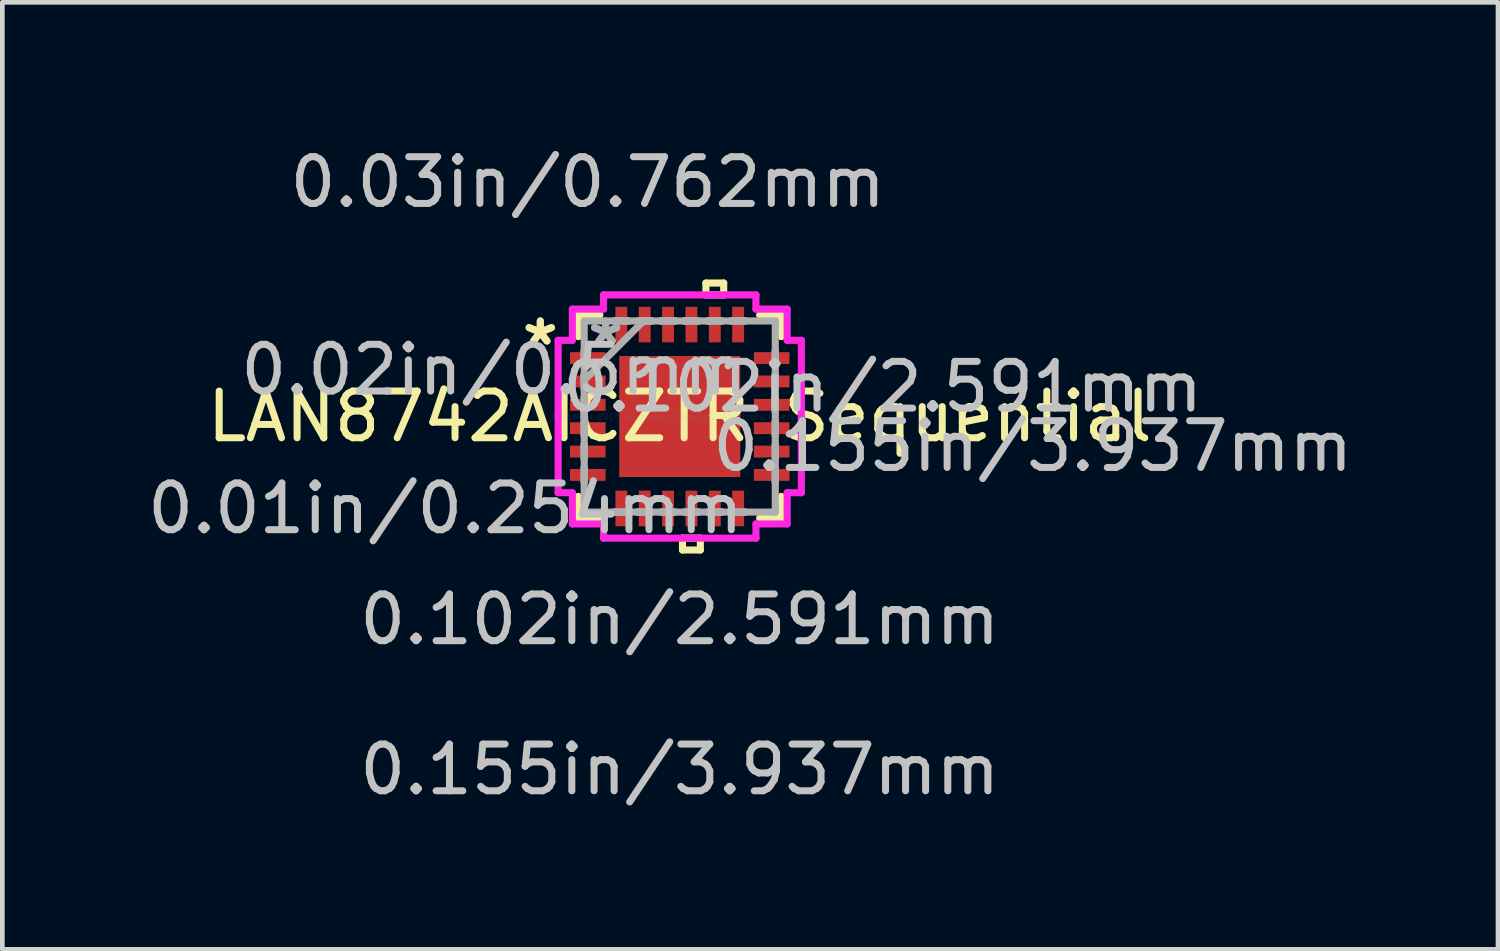
<source format=kicad_pcb>
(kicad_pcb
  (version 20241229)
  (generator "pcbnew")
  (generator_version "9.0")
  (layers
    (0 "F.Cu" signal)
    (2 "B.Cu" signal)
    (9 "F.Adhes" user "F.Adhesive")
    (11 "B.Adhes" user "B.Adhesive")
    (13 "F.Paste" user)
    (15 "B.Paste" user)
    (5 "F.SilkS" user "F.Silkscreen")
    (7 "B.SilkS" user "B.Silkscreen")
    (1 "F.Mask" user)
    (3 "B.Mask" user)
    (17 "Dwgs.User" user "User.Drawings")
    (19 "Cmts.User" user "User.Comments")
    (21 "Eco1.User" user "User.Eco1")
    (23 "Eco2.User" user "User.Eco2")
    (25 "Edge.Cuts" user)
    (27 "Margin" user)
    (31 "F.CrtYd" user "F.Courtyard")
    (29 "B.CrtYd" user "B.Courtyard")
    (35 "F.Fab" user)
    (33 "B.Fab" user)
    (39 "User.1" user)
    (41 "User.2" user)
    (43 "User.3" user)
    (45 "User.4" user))
  (footprint "LAN8742AICZTR Sequential"
    (layer "F.Cu")
    (at 11.499 5.865)
    (property "Reference" "LAN8742AICZTR Sequential" (at 0 0 0) (layer "F.SilkS") (effects (font (size 1 1) (thickness 0.15))))
    (attr through_hole)
    (fp_line (start -2.172 -2.172) (end -2.172 -1.71) (stroke (width 0.152) (type solid)) (layer "F.SilkS"))
    (fp_line (start -2.172 1.71) (end -2.172 2.172) (stroke (width 0.152) (type solid)) (layer "F.SilkS"))
    (fp_line (start -2.172 2.172) (end -1.71 2.172) (stroke (width 0.152) (type solid)) (layer "F.SilkS"))
    (fp_line (start -1.71 -2.172) (end -2.172 -2.172) (stroke (width 0.152) (type solid)) (layer "F.SilkS"))
    (fp_line (start 0.059 2.603) (end 0.059 2.857) (stroke (width 0.152) (type solid)) (layer "F.SilkS"))
    (fp_line (start 0.059 2.857) (end 0.441 2.857) (stroke (width 0.152) (type solid)) (layer "F.SilkS"))
    (fp_line (start 0.441 2.603) (end 0.059 2.603) (stroke (width 0.152) (type solid)) (layer "F.SilkS"))
    (fp_line (start 0.441 2.857) (end 0.441 2.603) (stroke (width 0.152) (type solid)) (layer "F.SilkS"))
    (fp_line (start 0.56 -2.857) (end 0.941 -2.857) (stroke (width 0.152) (type solid)) (layer "F.SilkS"))
    (fp_line (start 0.56 -2.603) (end 0.56 -2.857) (stroke (width 0.152) (type solid)) (layer "F.SilkS"))
    (fp_line (start 0.941 -2.857) (end 0.941 -2.603) (stroke (width 0.152) (type solid)) (layer "F.SilkS"))
    (fp_line (start 0.941 -2.603) (end 0.56 -2.603) (stroke (width 0.152) (type solid)) (layer "F.SilkS"))
    (fp_line (start 1.71 2.172) (end 2.172 2.172) (stroke (width 0.152) (type solid)) (layer "F.SilkS"))
    (fp_line (start 2.172 -2.172) (end 1.71 -2.172) (stroke (width 0.152) (type solid)) (layer "F.SilkS"))
    (fp_line (start 2.172 -1.71) (end 2.172 -2.172) (stroke (width 0.152) (type solid)) (layer "F.SilkS"))
    (fp_line (start 2.172 2.172) (end 2.172 1.71) (stroke (width 0.152) (type solid)) (layer "F.SilkS"))
    (fp_line (start -1.195 -1.195) (end -1.195 -0.1) (stroke (width 0.152) (type solid)) (layer "F.Paste"))
    (fp_line (start -1.195 -0.1) (end -0.1 -0.1) (stroke (width 0.152) (type solid)) (layer "F.Paste"))
    (fp_line (start -1.195 0.1) (end -1.195 1.195) (stroke (width 0.152) (type solid)) (layer "F.Paste"))
    (fp_line (start -1.195 1.195) (end -0.1 1.195) (stroke (width 0.152) (type solid)) (layer "F.Paste"))
    (fp_line (start -0.1 -1.195) (end -1.195 -1.195) (stroke (width 0.152) (type solid)) (layer "F.Paste"))
    (fp_line (start -0.1 -0.1) (end -0.1 -1.195) (stroke (width 0.152) (type solid)) (layer "F.Paste"))
    (fp_line (start -0.1 0.1) (end -1.195 0.1) (stroke (width 0.152) (type solid)) (layer "F.Paste"))
    (fp_line (start -0.1 1.195) (end -0.1 0.1) (stroke (width 0.152) (type solid)) (layer "F.Paste"))
    (fp_line (start 0.1 -1.195) (end 0.1 -0.1) (stroke (width 0.152) (type solid)) (layer "F.Paste"))
    (fp_line (start 0.1 -0.1) (end 1.195 -0.1) (stroke (width 0.152) (type solid)) (layer "F.Paste"))
    (fp_line (start 0.1 0.1) (end 0.1 1.195) (stroke (width 0.152) (type solid)) (layer "F.Paste"))
    (fp_line (start 0.1 1.195) (end 1.195 1.195) (stroke (width 0.152) (type solid)) (layer "F.Paste"))
    (fp_line (start 1.195 -1.195) (end 0.1 -1.195) (stroke (width 0.152) (type solid)) (layer "F.Paste"))
    (fp_line (start 1.195 -0.1) (end 1.195 -1.195) (stroke (width 0.152) (type solid)) (layer "F.Paste"))
    (fp_line (start 1.195 0.1) (end 0.1 0.1) (stroke (width 0.152) (type solid)) (layer "F.Paste"))
    (fp_line (start 1.195 1.195) (end 1.195 0.1) (stroke (width 0.152) (type solid)) (layer "F.Paste"))
    (fp_line (start -2.603 -1.631) (end -2.299 -1.631) (stroke (width 0.152) (type solid)) (layer "F.CrtYd"))
    (fp_line (start -2.603 1.631) (end -2.603 -1.631) (stroke (width 0.152) (type solid)) (layer "F.CrtYd"))
    (fp_line (start -2.299 -2.299) (end -1.631 -2.299) (stroke (width 0.152) (type solid)) (layer "F.CrtYd"))
    (fp_line (start -2.299 -1.631) (end -2.299 -2.299) (stroke (width 0.152) (type solid)) (layer "F.CrtYd"))
    (fp_line (start -2.299 1.631) (end -2.603 1.631) (stroke (width 0.152) (type solid)) (layer "F.CrtYd"))
    (fp_line (start -2.299 2.299) (end -2.299 1.631) (stroke (width 0.152) (type solid)) (layer "F.CrtYd"))
    (fp_line (start -1.631 -2.603) (end 1.631 -2.603) (stroke (width 0.152) (type solid)) (layer "F.CrtYd"))
    (fp_line (start -1.631 -2.299) (end -1.631 -2.603) (stroke (width 0.152) (type solid)) (layer "F.CrtYd"))
    (fp_line (start -1.631 2.299) (end -2.299 2.299) (stroke (width 0.152) (type solid)) (layer "F.CrtYd"))
    (fp_line (start -1.631 2.603) (end -1.631 2.299) (stroke (width 0.152) (type solid)) (layer "F.CrtYd"))
    (fp_line (start 1.631 -2.603) (end 1.631 -2.299) (stroke (width 0.152) (type solid)) (layer "F.CrtYd"))
    (fp_line (start 1.631 -2.299) (end 2.299 -2.299) (stroke (width 0.152) (type solid)) (layer "F.CrtYd"))
    (fp_line (start 1.631 2.299) (end 1.631 2.603) (stroke (width 0.152) (type solid)) (layer "F.CrtYd"))
    (fp_line (start 1.631 2.603) (end -1.631 2.603) (stroke (width 0.152) (type solid)) (layer "F.CrtYd"))
    (fp_line (start 2.299 -2.299) (end 2.299 -1.631) (stroke (width 0.152) (type solid)) (layer "F.CrtYd"))
    (fp_line (start 2.299 -1.631) (end 2.603 -1.631) (stroke (width 0.152) (type solid)) (layer "F.CrtYd"))
    (fp_line (start 2.299 1.631) (end 2.299 2.299) (stroke (width 0.152) (type solid)) (layer "F.CrtYd"))
    (fp_line (start 2.299 2.299) (end 1.631 2.299) (stroke (width 0.152) (type solid)) (layer "F.CrtYd"))
    (fp_line (start 2.603 -1.631) (end 2.603 1.631) (stroke (width 0.152) (type solid)) (layer "F.CrtYd"))
    (fp_line (start 2.603 1.631) (end 2.299 1.631) (stroke (width 0.152) (type solid)) (layer "F.CrtYd"))
    (fp_line (start -2.045 -2.045) (end -2.045 -2.045) (stroke (width 0.152) (type solid)) (layer "F.Fab"))
    (fp_line (start -2.045 -2.045) (end -2.045 2.045) (stroke (width 0.152) (type solid)) (layer "F.Fab"))
    (fp_line (start -2.045 -1.402) (end -2.045 -1.402) (stroke (width 0.152) (type solid)) (layer "F.Fab"))
    (fp_line (start -2.045 -1.402) (end -2.045 -1.098) (stroke (width 0.152) (type solid)) (layer "F.Fab"))
    (fp_line (start -2.045 -1.098) (end -2.045 -1.402) (stroke (width 0.152) (type solid)) (layer "F.Fab"))
    (fp_line (start -2.045 -1.098) (end -2.045 -1.098) (stroke (width 0.152) (type solid)) (layer "F.Fab"))
    (fp_line (start -2.045 -0.902) (end -2.045 -0.902) (stroke (width 0.152) (type solid)) (layer "F.Fab"))
    (fp_line (start -2.045 -0.902) (end -2.045 -0.598) (stroke (width 0.152) (type solid)) (layer "F.Fab"))
    (fp_line (start -2.045 -0.775) (end -0.775 -2.045) (stroke (width 0.152) (type solid)) (layer "F.Fab"))
    (fp_line (start -2.045 -0.598) (end -2.045 -0.902) (stroke (width 0.152) (type solid)) (layer "F.Fab"))
    (fp_line (start -2.045 -0.598) (end -2.045 -0.598) (stroke (width 0.152) (type solid)) (layer "F.Fab"))
    (fp_line (start -2.045 -0.402) (end -2.045 -0.402) (stroke (width 0.152) (type solid)) (layer "F.Fab"))
    (fp_line (start -2.045 -0.402) (end -2.045 -0.098) (stroke (width 0.152) (type solid)) (layer "F.Fab"))
    (fp_line (start -2.045 -0.098) (end -2.045 -0.402) (stroke (width 0.152) (type solid)) (layer "F.Fab"))
    (fp_line (start -2.045 -0.098) (end -2.045 -0.098) (stroke (width 0.152) (type solid)) (layer "F.Fab"))
    (fp_line (start -2.045 0.098) (end -2.045 0.098) (stroke (width 0.152) (type solid)) (layer "F.Fab"))
    (fp_line (start -2.045 0.098) (end -2.045 0.402) (stroke (width 0.152) (type solid)) (layer "F.Fab"))
    (fp_line (start -2.045 0.402) (end -2.045 0.098) (stroke (width 0.152) (type solid)) (layer "F.Fab"))
    (fp_line (start -2.045 0.402) (end -2.045 0.402) (stroke (width 0.152) (type solid)) (layer "F.Fab"))
    (fp_line (start -2.045 0.598) (end -2.045 0.598) (stroke (width 0.152) (type solid)) (layer "F.Fab"))
    (fp_line (start -2.045 0.598) (end -2.045 0.902) (stroke (width 0.152) (type solid)) (layer "F.Fab"))
    (fp_line (start -2.045 0.902) (end -2.045 0.598) (stroke (width 0.152) (type solid)) (layer "F.Fab"))
    (fp_line (start -2.045 0.902) (end -2.045 0.902) (stroke (width 0.152) (type solid)) (layer "F.Fab"))
    (fp_line (start -2.045 1.098) (end -2.045 1.098) (stroke (width 0.152) (type solid)) (layer "F.Fab"))
    (fp_line (start -2.045 1.098) (end -2.045 1.402) (stroke (width 0.152) (type solid)) (layer "F.Fab"))
    (fp_line (start -2.045 1.402) (end -2.045 1.098) (stroke (width 0.152) (type solid)) (layer "F.Fab"))
    (fp_line (start -2.045 1.402) (end -2.045 1.402) (stroke (width 0.152) (type solid)) (layer "F.Fab"))
    (fp_line (start -2.045 2.045) (end -2.045 2.045) (stroke (width 0.152) (type solid)) (layer "F.Fab"))
    (fp_line (start -2.045 2.045) (end 2.045 2.045) (stroke (width 0.152) (type solid)) (layer "F.Fab"))
    (fp_line (start -1.402 -2.045) (end -1.402 -2.045) (stroke (width 0.152) (type solid)) (layer "F.Fab"))
    (fp_line (start -1.402 -2.045) (end -1.098 -2.045) (stroke (width 0.152) (type solid)) (layer "F.Fab"))
    (fp_line (start -1.402 2.045) (end -1.402 2.045) (stroke (width 0.152) (type solid)) (layer "F.Fab"))
    (fp_line (start -1.402 2.045) (end -1.098 2.045) (stroke (width 0.152) (type solid)) (layer "F.Fab"))
    (fp_line (start -1.098 -2.045) (end -1.402 -2.045) (stroke (width 0.152) (type solid)) (layer "F.Fab"))
    (fp_line (start -1.098 -2.045) (end -1.098 -2.045) (stroke (width 0.152) (type solid)) (layer "F.Fab"))
    (fp_line (start -1.098 2.045) (end -1.402 2.045) (stroke (width 0.152) (type solid)) (layer "F.Fab"))
    (fp_line (start -1.098 2.045) (end -1.098 2.045) (stroke (width 0.152) (type solid)) (layer "F.Fab"))
    (fp_line (start -0.902 -2.045) (end -0.902 -2.045) (stroke (width 0.152) (type solid)) (layer "F.Fab"))
    (fp_line (start -0.902 -2.045) (end -0.598 -2.045) (stroke (width 0.152) (type solid)) (layer "F.Fab"))
    (fp_line (start -0.902 2.045) (end -0.902 2.045) (stroke (width 0.152) (type solid)) (layer "F.Fab"))
    (fp_line (start -0.902 2.045) (end -0.598 2.045) (stroke (width 0.152) (type solid)) (layer "F.Fab"))
    (fp_line (start -0.598 -2.045) (end -0.902 -2.045) (stroke (width 0.152) (type solid)) (layer "F.Fab"))
    (fp_line (start -0.598 -2.045) (end -0.598 -2.045) (stroke (width 0.152) (type solid)) (layer "F.Fab"))
    (fp_line (start -0.598 2.045) (end -0.902 2.045) (stroke (width 0.152) (type solid)) (layer "F.Fab"))
    (fp_line (start -0.598 2.045) (end -0.598 2.045) (stroke (width 0.152) (type solid)) (layer "F.Fab"))
    (fp_line (start -0.402 -2.045) (end -0.402 -2.045) (stroke (width 0.152) (type solid)) (layer "F.Fab"))
    (fp_line (start -0.402 -2.045) (end -0.098 -2.045) (stroke (width 0.152) (type solid)) (layer "F.Fab"))
    (fp_line (start -0.402 2.045) (end -0.402 2.045) (stroke (width 0.152) (type solid)) (layer "F.Fab"))
    (fp_line (start -0.402 2.045) (end -0.098 2.045) (stroke (width 0.152) (type solid)) (layer "F.Fab"))
    (fp_line (start -0.098 -2.045) (end -0.402 -2.045) (stroke (width 0.152) (type solid)) (layer "F.Fab"))
    (fp_line (start -0.098 -2.045) (end -0.098 -2.045) (stroke (width 0.152) (type solid)) (layer "F.Fab"))
    (fp_line (start -0.098 2.045) (end -0.402 2.045) (stroke (width 0.152) (type solid)) (layer "F.Fab"))
    (fp_line (start -0.098 2.045) (end -0.098 2.045) (stroke (width 0.152) (type solid)) (layer "F.Fab"))
    (fp_line (start 0.098 -2.045) (end 0.098 -2.045) (stroke (width 0.152) (type solid)) (layer "F.Fab"))
    (fp_line (start 0.098 -2.045) (end 0.402 -2.045) (stroke (width 0.152) (type solid)) (layer "F.Fab"))
    (fp_line (start 0.098 2.045) (end 0.098 2.045) (stroke (width 0.152) (type solid)) (layer "F.Fab"))
    (fp_line (start 0.098 2.045) (end 0.402 2.045) (stroke (width 0.152) (type solid)) (layer "F.Fab"))
    (fp_line (start 0.402 -2.045) (end 0.098 -2.045) (stroke (width 0.152) (type solid)) (layer "F.Fab"))
    (fp_line (start 0.402 -2.045) (end 0.402 -2.045) (stroke (width 0.152) (type solid)) (layer "F.Fab"))
    (fp_line (start 0.402 2.045) (end 0.098 2.045) (stroke (width 0.152) (type solid)) (layer "F.Fab"))
    (fp_line (start 0.402 2.045) (end 0.402 2.045) (stroke (width 0.152) (type solid)) (layer "F.Fab"))
    (fp_line (start 0.598 -2.045) (end 0.598 -2.045) (stroke (width 0.152) (type solid)) (layer "F.Fab"))
    (fp_line (start 0.598 -2.045) (end 0.902 -2.045) (stroke (width 0.152) (type solid)) (layer "F.Fab"))
    (fp_line (start 0.598 2.045) (end 0.598 2.045) (stroke (width 0.152) (type solid)) (layer "F.Fab"))
    (fp_line (start 0.598 2.045) (end 0.902 2.045) (stroke (width 0.152) (type solid)) (layer "F.Fab"))
    (fp_line (start 0.902 -2.045) (end 0.598 -2.045) (stroke (width 0.152) (type solid)) (layer "F.Fab"))
    (fp_line (start 0.902 -2.045) (end 0.902 -2.045) (stroke (width 0.152) (type solid)) (layer "F.Fab"))
    (fp_line (start 0.902 2.045) (end 0.598 2.045) (stroke (width 0.152) (type solid)) (layer "F.Fab"))
    (fp_line (start 0.902 2.045) (end 0.902 2.045) (stroke (width 0.152) (type solid)) (layer "F.Fab"))
    (fp_line (start 1.098 -2.045) (end 1.098 -2.045) (stroke (width 0.152) (type solid)) (layer "F.Fab"))
    (fp_line (start 1.098 -2.045) (end 1.402 -2.045) (stroke (width 0.152) (type solid)) (layer "F.Fab"))
    (fp_line (start 1.098 2.045) (end 1.098 2.045) (stroke (width 0.152) (type solid)) (layer "F.Fab"))
    (fp_line (start 1.098 2.045) (end 1.402 2.045) (stroke (width 0.152) (type solid)) (layer "F.Fab"))
    (fp_line (start 1.402 -2.045) (end 1.098 -2.045) (stroke (width 0.152) (type solid)) (layer "F.Fab"))
    (fp_line (start 1.402 -2.045) (end 1.402 -2.045) (stroke (width 0.152) (type solid)) (layer "F.Fab"))
    (fp_line (start 1.402 2.045) (end 1.098 2.045) (stroke (width 0.152) (type solid)) (layer "F.Fab"))
    (fp_line (start 1.402 2.045) (end 1.402 2.045) (stroke (width 0.152) (type solid)) (layer "F.Fab"))
    (fp_line (start 2.045 -2.045) (end -2.045 -2.045) (stroke (width 0.152) (type solid)) (layer "F.Fab"))
    (fp_line (start 2.045 -2.045) (end 2.045 -2.045) (stroke (width 0.152) (type solid)) (layer "F.Fab"))
    (fp_line (start 2.045 -1.402) (end 2.045 -1.402) (stroke (width 0.152) (type solid)) (layer "F.Fab"))
    (fp_line (start 2.045 -1.402) (end 2.045 -1.098) (stroke (width 0.152) (type solid)) (layer "F.Fab"))
    (fp_line (start 2.045 -1.098) (end 2.045 -1.402) (stroke (width 0.152) (type solid)) (layer "F.Fab"))
    (fp_line (start 2.045 -1.098) (end 2.045 -1.098) (stroke (width 0.152) (type solid)) (layer "F.Fab"))
    (fp_line (start 2.045 -0.902) (end 2.045 -0.902) (stroke (width 0.152) (type solid)) (layer "F.Fab"))
    (fp_line (start 2.045 -0.902) (end 2.045 -0.598) (stroke (width 0.152) (type solid)) (layer "F.Fab"))
    (fp_line (start 2.045 -0.598) (end 2.045 -0.902) (stroke (width 0.152) (type solid)) (layer "F.Fab"))
    (fp_line (start 2.045 -0.598) (end 2.045 -0.598) (stroke (width 0.152) (type solid)) (layer "F.Fab"))
    (fp_line (start 2.045 -0.402) (end 2.045 -0.402) (stroke (width 0.152) (type solid)) (layer "F.Fab"))
    (fp_line (start 2.045 -0.402) (end 2.045 -0.098) (stroke (width 0.152) (type solid)) (layer "F.Fab"))
    (fp_line (start 2.045 -0.098) (end 2.045 -0.402) (stroke (width 0.152) (type solid)) (layer "F.Fab"))
    (fp_line (start 2.045 -0.098) (end 2.045 -0.098) (stroke (width 0.152) (type solid)) (layer "F.Fab"))
    (fp_line (start 2.045 0.098) (end 2.045 0.098) (stroke (width 0.152) (type solid)) (layer "F.Fab"))
    (fp_line (start 2.045 0.098) (end 2.045 0.402) (stroke (width 0.152) (type solid)) (layer "F.Fab"))
    (fp_line (start 2.045 0.402) (end 2.045 0.098) (stroke (width 0.152) (type solid)) (layer "F.Fab"))
    (fp_line (start 2.045 0.402) (end 2.045 0.402) (stroke (width 0.152) (type solid)) (layer "F.Fab"))
    (fp_line (start 2.045 0.598) (end 2.045 0.598) (stroke (width 0.152) (type solid)) (layer "F.Fab"))
    (fp_line (start 2.045 0.598) (end 2.045 0.902) (stroke (width 0.152) (type solid)) (layer "F.Fab"))
    (fp_line (start 2.045 0.902) (end 2.045 0.598) (stroke (width 0.152) (type solid)) (layer "F.Fab"))
    (fp_line (start 2.045 0.902) (end 2.045 0.902) (stroke (width 0.152) (type solid)) (layer "F.Fab"))
    (fp_line (start 2.045 1.098) (end 2.045 1.098) (stroke (width 0.152) (type solid)) (layer "F.Fab"))
    (fp_line (start 2.045 1.098) (end 2.045 1.402) (stroke (width 0.152) (type solid)) (layer "F.Fab"))
    (fp_line (start 2.045 1.402) (end 2.045 1.098) (stroke (width 0.152) (type solid)) (layer "F.Fab"))
    (fp_line (start 2.045 1.402) (end 2.045 1.402) (stroke (width 0.152) (type solid)) (layer "F.Fab"))
    (fp_line (start 2.045 2.045) (end 2.045 -2.045) (stroke (width 0.152) (type solid)) (layer "F.Fab"))
    (fp_line (start 2.045 2.045) (end 2.045 2.045) (stroke (width 0.152) (type solid)) (layer "F.Fab"))
    (fp_text user "*" (at -2.985 -1.5 0) (layer "F.SilkS") (effects (font (size 1 1) (thickness 0.15))))
    (fp_text user "*" (at -2.985 -1.5 0) (layer "F.SilkS") (effects (font (size 1 1) (thickness 0.15))))
    (fp_text user "0.155in/3.937mm" (at 0 7.556 0) (layer "Dwgs.User") (effects (font (size 1 1) (thickness 0.15))))
    (fp_text user "0.02in/0.5mm" (at -3.975 -1 0) (layer "Dwgs.User") (effects (font (size 1 1) (thickness 0.15))))
    (fp_text user "0.01in/0.254mm" (at -5.016 1.968 0) (layer "Dwgs.User") (effects (font (size 1 1) (thickness 0.15))))
    (fp_text user "0.102in/2.591mm" (at 4.343 -0.635 0) (layer "Dwgs.User") (effects (font (size 1 1) (thickness 0.15))))
    (fp_text user "0.102in/2.591mm" (at 0 4.343 0) (layer "Dwgs.User") (effects (font (size 1 1) (thickness 0.15))))
    (fp_text user "0.155in/3.937mm" (at 7.556 0.635 0) (layer "Dwgs.User") (effects (font (size 1 1) (thickness 0.15))))
    (fp_text user "0.03in/0.762mm" (at -1.968 -5.016 0) (layer "Dwgs.User") (effects (font (size 1 1) (thickness 0.15))))
    (fp_text user "Copyright 2016 Accelerated Designs. All rights reserved." (at 0 0 0) (layer "Cmts.User") (effects (font (size 0.127 0.127) (thickness 0.002))))
    (fp_text user "*" (at -1.587 -1.5 0) (layer "F.Fab") (effects (font (size 1 1) (thickness 0.15))))
    (fp_text user "*" (at -1.587 -1.5 0) (layer "F.Fab") (effects (font (size 1 1) (thickness 0.15))))
    (pad "1" smd rect (at -1.968 -1.25 90) (size 0.254 0.762) (layers "F.Cu" "F.Mask" "F.Paste"))
    (pad "2" smd rect (at -1.968 -0.75 90) (size 0.254 0.762) (layers "F.Cu" "F.Mask" "F.Paste"))
    (pad "3" smd rect (at -1.968 -0.25 90) (size 0.254 0.762) (layers "F.Cu" "F.Mask" "F.Paste"))
    (pad "4" smd rect (at -1.968 0.25 90) (size 0.254 0.762) (layers "F.Cu" "F.Mask" "F.Paste"))
    (pad "5" smd rect (at -1.968 0.75 90) (size 0.254 0.762) (layers "F.Cu" "F.Mask" "F.Paste"))
    (pad "6" smd rect (at -1.968 1.25 90) (size 0.254 0.762) (layers "F.Cu" "F.Mask" "F.Paste"))
    (pad "7" smd rect (at -1.25 1.968) (size 0.254 0.762) (layers "F.Cu" "F.Mask" "F.Paste"))
    (pad "8" smd rect (at -0.75 1.968) (size 0.254 0.762) (layers "F.Cu" "F.Mask" "F.Paste"))
    (pad "9" smd rect (at -0.25 1.968) (size 0.254 0.762) (layers "F.Cu" "F.Mask" "F.Paste"))
    (pad "10" smd rect (at 0.25 1.968) (size 0.254 0.762) (layers "F.Cu" "F.Mask" "F.Paste"))
    (pad "11" smd rect (at 0.75 1.968) (size 0.254 0.762) (layers "F.Cu" "F.Mask" "F.Paste"))
    (pad "12" smd rect (at 1.25 1.968) (size 0.254 0.762) (layers "F.Cu" "F.Mask" "F.Paste"))
    (pad "13" smd rect (at 1.968 1.25 90) (size 0.254 0.762) (layers "F.Cu" "F.Mask" "F.Paste"))
    (pad "14" smd rect (at 1.968 0.75 90) (size 0.254 0.762) (layers "F.Cu" "F.Mask" "F.Paste"))
    (pad "15" smd rect (at 1.968 0.25 90) (size 0.254 0.762) (layers "F.Cu" "F.Mask" "F.Paste"))
    (pad "16" smd rect (at 1.968 -0.25 90) (size 0.254 0.762) (layers "F.Cu" "F.Mask" "F.Paste"))
    (pad "17" smd rect (at 1.968 -0.75 90) (size 0.254 0.762) (layers "F.Cu" "F.Mask" "F.Paste"))
    (pad "18" smd rect (at 1.968 -1.25 90) (size 0.254 0.762) (layers "F.Cu" "F.Mask" "F.Paste"))
    (pad "19" smd rect (at 1.25 -1.968) (size 0.254 0.762) (layers "F.Cu" "F.Mask" "F.Paste"))
    (pad "20" smd rect (at 0.75 -1.968) (size 0.254 0.762) (layers "F.Cu" "F.Mask" "F.Paste"))
    (pad "21" smd rect (at 0.25 -1.968) (size 0.254 0.762) (layers "F.Cu" "F.Mask" "F.Paste"))
    (pad "22" smd rect (at -0.25 -1.968) (size 0.254 0.762) (layers "F.Cu" "F.Mask" "F.Paste"))
    (pad "23" smd rect (at -0.75 -1.968) (size 0.254 0.762) (layers "F.Cu" "F.Mask" "F.Paste"))
    (pad "24" smd rect (at -1.25 -1.968) (size 0.254 0.762) (layers "F.Cu" "F.Mask" "F.Paste"))
    (pad "25" smd rect (at 0 0) (size 2.591 2.591) (layers "F.Cu" "F.Mask" "F.Paste")))
  (gr_rect
    (start -3 -3)
    (end 29.013 17.27)
    (stroke (width 0.1) (type default))
    (fill no)
    (layer "Edge.Cuts")))
</source>
